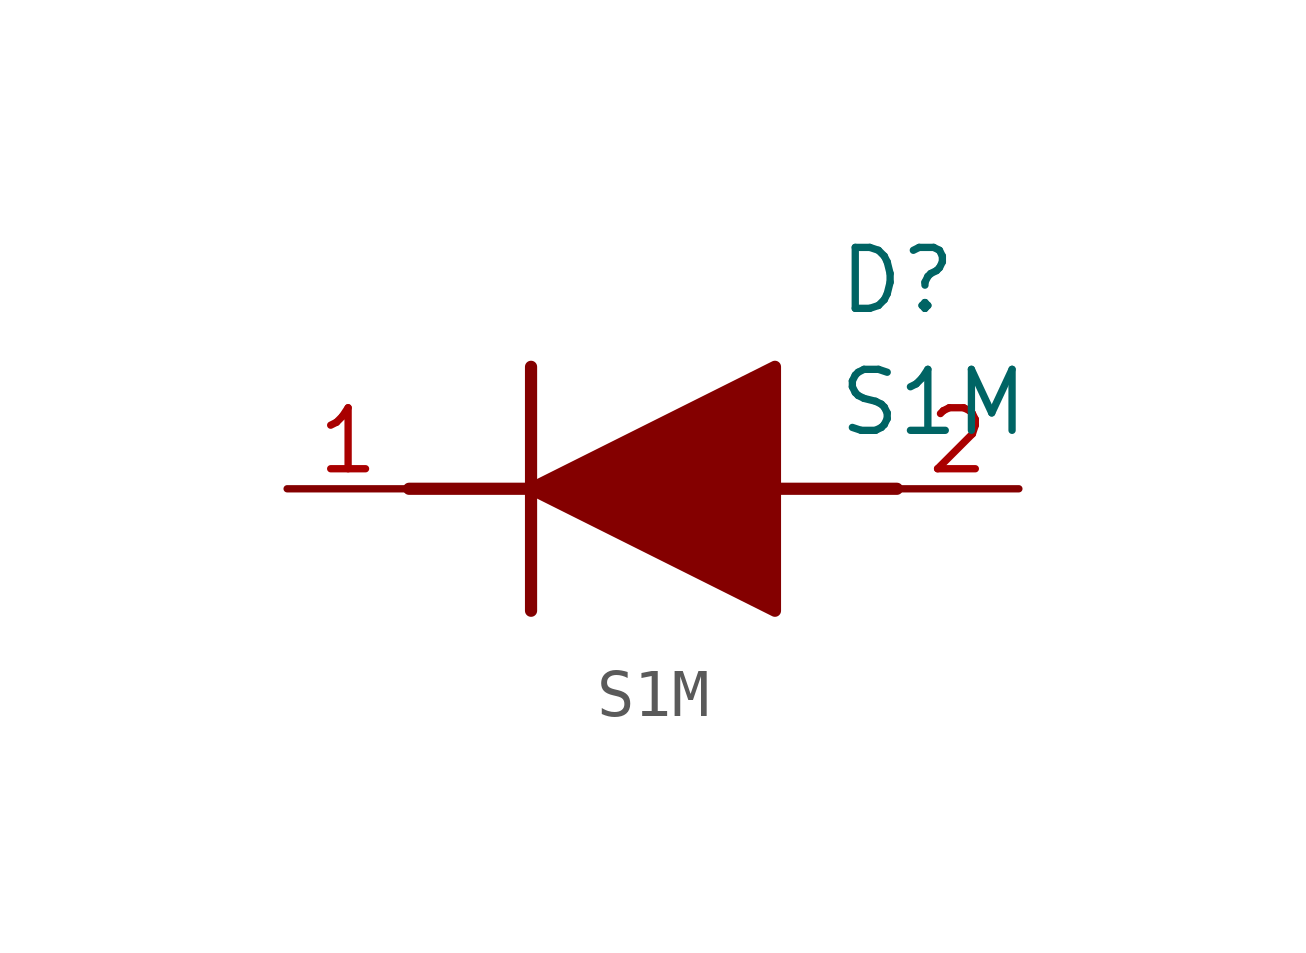
<source format=kicad_sym>
(kicad_symbol_lib
  (version 20211014)
  (generator SamacSys_ECAD_Model)
  (symbol "S1M"
    (pin_names hide)
    (property "Reference" "D"
      (at 11.43 5.08 0)
      (effects (font (size 1.27 1.27)) (justify left top)))
    (property "Value" "S1M"
      (at 11.43 2.54 0)
      (effects (font (size 1.27 1.27)) (justify left top)))
    (polyline
      (pts (xy 5.08 2.54) (xy 5.08 -2.54))
      (stroke (width 0.254) (type default))
      (fill (type none)))
    (polyline
      (pts (xy 2.54 0) (xy 5.08 0))
      (stroke (width 0.254) (type default))
      (fill (type none)))
    (polyline
      (pts (xy 10.16 0) (xy 12.7 0))
      (stroke (width 0.254) (type default))
      (fill (type none)))
    (polyline
      (pts (xy 5.08 0) (xy 10.16 2.54) (xy 10.16 -2.54) (xy 5.08 0))
      (stroke (width 0.254) (type default))
      (fill (type outline)))
    (pin passive line
      (at 0 0 0)
      (length 2.54)
      (name "K" (effects (font (size 1.27 1.27))))
      (number "1" (effects (font (size 1.27 1.27)))))
    (pin passive line
      (at 15.24 0 180)
      (length 2.54)
      (name "A" (effects (font (size 1.27 1.27))))
      (number "2" (effects (font (size 1.27 1.27)))))))
</source>
